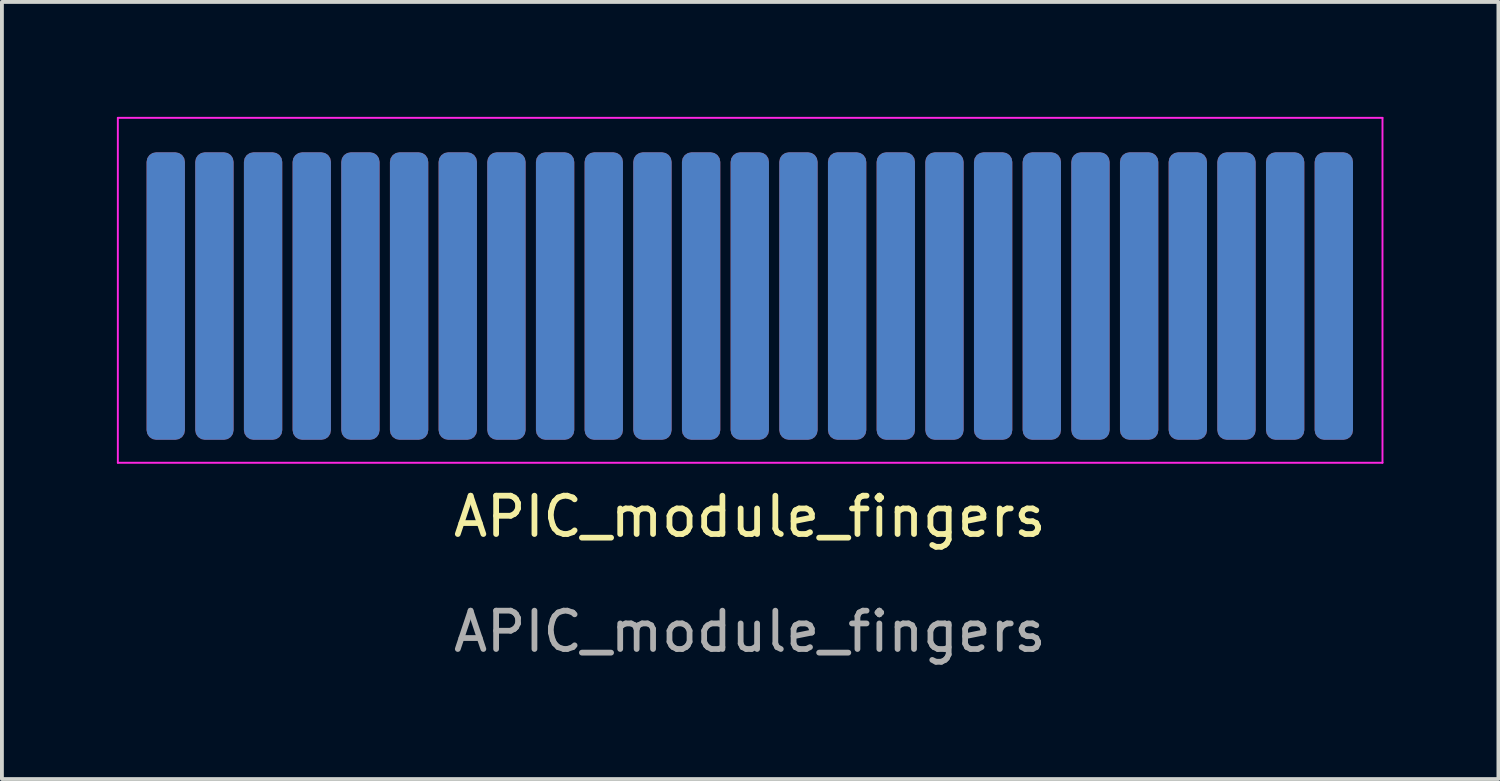
<source format=kicad_pcb>
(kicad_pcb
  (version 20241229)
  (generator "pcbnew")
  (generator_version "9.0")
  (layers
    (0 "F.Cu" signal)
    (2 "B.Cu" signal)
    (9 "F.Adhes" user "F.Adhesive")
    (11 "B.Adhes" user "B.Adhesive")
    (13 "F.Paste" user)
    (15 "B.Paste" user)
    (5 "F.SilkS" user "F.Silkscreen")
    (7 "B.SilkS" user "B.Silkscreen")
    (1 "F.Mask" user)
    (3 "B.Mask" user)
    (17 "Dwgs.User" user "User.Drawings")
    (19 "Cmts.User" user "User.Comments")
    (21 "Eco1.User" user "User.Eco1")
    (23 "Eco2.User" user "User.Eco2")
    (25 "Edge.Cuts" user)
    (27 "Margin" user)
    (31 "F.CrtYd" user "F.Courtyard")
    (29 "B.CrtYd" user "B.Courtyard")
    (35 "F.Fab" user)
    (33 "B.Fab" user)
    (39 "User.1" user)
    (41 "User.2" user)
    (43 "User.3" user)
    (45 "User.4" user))
  (footprint "APIC_module_fingers"
    (layer "F.Cu")
    (at 16.515 10.93)
    (property "Reference" "APIC_module_fingers" (at 0 -0.5 0) (unlocked yes) (layer "F.SilkS") (effects (font (size 1 1) (thickness 0.15))))
    (attr smd)
    (fp_line (start -16.49 -10.905) (end -16.49 -1.905) (stroke (width 0.05) (type solid)) (layer "F.CrtYd"))
    (fp_line (start -16.49 -1.905) (end 16.51 -1.905) (stroke (width 0.05) (type solid)) (layer "F.CrtYd"))
    (fp_line (start 16.51 -10.905) (end -16.49 -10.905) (stroke (width 0.05) (type solid)) (layer "F.CrtYd"))
    (fp_line (start 16.51 -1.905) (end 16.51 -10.905) (stroke (width 0.05) (type solid)) (layer "F.CrtYd"))
    (fp_text user "${REFERENCE}" (at 0 2.5 0) (unlocked yes) (layer "F.Fab") (effects (font (size 1 1) (thickness 0.15))))
    (pad "1" smd roundrect (at -15.24 -6.255) (size 1 7.5) (layers "F.Cu" "F.Mask" "F.Paste") (roundrect_rratio 0.25))
    (pad "2" smd roundrect (at -13.97 -6.255) (size 1 7.5) (layers "F.Cu" "F.Mask" "F.Paste") (roundrect_rratio 0.25))
    (pad "3" smd roundrect (at -12.7 -6.255) (size 1 7.5) (layers "F.Cu" "F.Mask" "F.Paste") (roundrect_rratio 0.25))
    (pad "4" smd roundrect (at -11.43 -6.255) (size 1 7.5) (layers "F.Cu" "F.Mask" "F.Paste") (roundrect_rratio 0.25))
    (pad "5" smd roundrect (at -10.16 -6.255) (size 1 7.5) (layers "F.Cu" "F.Mask" "F.Paste") (roundrect_rratio 0.25))
    (pad "6" smd roundrect (at -8.89 -6.255) (size 1 7.5) (layers "F.Cu" "F.Mask" "F.Paste") (roundrect_rratio 0.25))
    (pad "7" smd roundrect (at -7.62 -6.255) (size 1 7.5) (layers "F.Cu" "F.Mask" "F.Paste") (roundrect_rratio 0.25))
    (pad "8" smd roundrect (at -6.35 -6.255) (size 1 7.5) (layers "F.Cu" "F.Mask" "F.Paste") (roundrect_rratio 0.25))
    (pad "9" smd roundrect (at -5.08 -6.255) (size 1 7.5) (layers "F.Cu" "F.Mask" "F.Paste") (roundrect_rratio 0.25))
    (pad "10" smd roundrect (at -3.81 -6.255) (size 1 7.5) (layers "F.Cu" "F.Mask" "F.Paste") (roundrect_rratio 0.25))
    (pad "11" smd roundrect (at -2.54 -6.255) (size 1 7.5) (layers "F.Cu" "F.Mask" "F.Paste") (roundrect_rratio 0.25))
    (pad "12" smd roundrect (at -1.27 -6.255) (size 1 7.5) (layers "F.Cu" "F.Mask" "F.Paste") (roundrect_rratio 0.25))
    (pad "13" smd roundrect (at 0 -6.255) (size 1 7.5) (layers "F.Cu" "F.Mask" "F.Paste") (roundrect_rratio 0.25))
    (pad "14" smd roundrect (at 1.27 -6.255) (size 1 7.5) (layers "F.Cu" "F.Mask" "F.Paste") (roundrect_rratio 0.25))
    (pad "15" smd roundrect (at 2.54 -6.255) (size 1 7.5) (layers "F.Cu" "F.Mask" "F.Paste") (roundrect_rratio 0.25))
    (pad "16" smd roundrect (at 3.81 -6.255) (size 1 7.5) (layers "F.Cu" "F.Mask" "F.Paste") (roundrect_rratio 0.25))
    (pad "17" smd roundrect (at 5.08 -6.255) (size 1 7.5) (layers "F.Cu" "F.Mask" "F.Paste") (roundrect_rratio 0.25))
    (pad "18" smd roundrect (at 6.35 -6.255) (size 1 7.5) (layers "F.Cu" "F.Mask" "F.Paste") (roundrect_rratio 0.25))
    (pad "19" smd roundrect (at 7.62 -6.255) (size 1 7.5) (layers "F.Cu" "F.Mask" "F.Paste") (roundrect_rratio 0.25))
    (pad "20" smd roundrect (at 8.89 -6.255) (size 1 7.5) (layers "F.Cu" "F.Mask" "F.Paste") (roundrect_rratio 0.25))
    (pad "21" smd roundrect (at 10.16 -6.255) (size 1 7.5) (layers "F.Cu" "F.Mask" "F.Paste") (roundrect_rratio 0.25))
    (pad "22" smd roundrect (at 11.43 -6.255) (size 1 7.5) (layers "F.Cu" "F.Mask" "F.Paste") (roundrect_rratio 0.25))
    (pad "23" smd roundrect (at 12.7 -6.255) (size 1 7.5) (layers "F.Cu" "F.Mask" "F.Paste") (roundrect_rratio 0.25))
    (pad "24" smd roundrect (at 13.97 -6.255) (size 1 7.5) (layers "F.Cu" "F.Mask" "F.Paste") (roundrect_rratio 0.25))
    (pad "25" smd roundrect (at 15.24 -6.255) (size 1 7.5) (layers "F.Cu" "F.Mask" "F.Paste") (roundrect_rratio 0.25))
    (pad "26" smd roundrect (at 15.24 -6.255) (size 1 7.5) (layers "B.Cu" "B.Mask" "B.Paste") (roundrect_rratio 0.25))
    (pad "27" smd roundrect (at 13.97 -6.255) (size 1 7.5) (layers "B.Cu" "B.Mask" "B.Paste") (roundrect_rratio 0.25))
    (pad "28" smd roundrect (at 12.7 -6.255) (size 1 7.5) (layers "B.Cu" "B.Mask" "B.Paste") (roundrect_rratio 0.25))
    (pad "29" smd roundrect (at 11.43 -6.255) (size 1 7.5) (layers "B.Cu" "B.Mask" "B.Paste") (roundrect_rratio 0.25))
    (pad "30" smd roundrect (at 10.16 -6.255) (size 1 7.5) (layers "B.Cu" "B.Mask" "B.Paste") (roundrect_rratio 0.25))
    (pad "31" smd roundrect (at 8.89 -6.255) (size 1 7.5) (layers "B.Cu" "B.Mask" "B.Paste") (roundrect_rratio 0.25))
    (pad "32" smd roundrect (at 7.62 -6.255) (size 1 7.5) (layers "B.Cu" "B.Mask" "B.Paste") (roundrect_rratio 0.25))
    (pad "33" smd roundrect (at 6.35 -6.255) (size 1 7.5) (layers "B.Cu" "B.Mask" "B.Paste") (roundrect_rratio 0.25))
    (pad "34" smd roundrect (at 5.08 -6.255) (size 1 7.5) (layers "B.Cu" "B.Mask" "B.Paste") (roundrect_rratio 0.25))
    (pad "35" smd roundrect (at 3.81 -6.255) (size 1 7.5) (layers "B.Cu" "B.Mask" "B.Paste") (roundrect_rratio 0.25))
    (pad "36" smd roundrect (at 2.54 -6.255) (size 1 7.5) (layers "B.Cu" "B.Mask" "B.Paste") (roundrect_rratio 0.25))
    (pad "37" smd roundrect (at 1.27 -6.255) (size 1 7.5) (layers "B.Cu" "B.Mask" "B.Paste") (roundrect_rratio 0.25))
    (pad "38" smd roundrect (at 0 -6.255) (size 1 7.5) (layers "B.Cu" "B.Mask" "B.Paste") (roundrect_rratio 0.25))
    (pad "39" smd roundrect (at -1.27 -6.255) (size 1 7.5) (layers "B.Cu" "B.Mask" "B.Paste") (roundrect_rratio 0.25))
    (pad "40" smd roundrect (at -2.54 -6.255) (size 1 7.5) (layers "B.Cu" "B.Mask" "B.Paste") (roundrect_rratio 0.25))
    (pad "41" smd roundrect (at -3.81 -6.255) (size 1 7.5) (layers "B.Cu" "B.Mask" "B.Paste") (roundrect_rratio 0.25))
    (pad "42" smd roundrect (at -5.08 -6.255) (size 1 7.5) (layers "B.Cu" "B.Mask" "B.Paste") (roundrect_rratio 0.25))
    (pad "43" smd roundrect (at -6.35 -6.255) (size 1 7.5) (layers "B.Cu" "B.Mask" "B.Paste") (roundrect_rratio 0.25))
    (pad "44" smd roundrect (at -7.62 -6.255) (size 1 7.5) (layers "B.Cu" "B.Mask" "B.Paste") (roundrect_rratio 0.25))
    (pad "45" smd roundrect (at -8.89 -6.255) (size 1 7.5) (layers "B.Cu" "B.Mask" "B.Paste") (roundrect_rratio 0.25))
    (pad "46" smd roundrect (at -10.16 -6.255) (size 1 7.5) (layers "B.Cu" "B.Mask" "B.Paste") (roundrect_rratio 0.25))
    (pad "47" smd roundrect (at -11.43 -6.255) (size 1 7.5) (layers "B.Cu" "B.Mask" "B.Paste") (roundrect_rratio 0.25))
    (pad "48" smd roundrect (at -12.7 -6.255) (size 1 7.5) (layers "B.Cu" "B.Mask" "B.Paste") (roundrect_rratio 0.25))
    (pad "49" smd roundrect (at -13.97 -6.255) (size 1 7.5) (layers "B.Cu" "B.Mask" "B.Paste") (roundrect_rratio 0.25))
    (pad "50" smd roundrect (at -15.24 -6.255) (size 1 7.5) (layers "B.Cu" "B.Mask" "B.Paste") (roundrect_rratio 0.25)))
  (gr_rect
    (start -3 -3)
    (end 36.05 17.278)
    (stroke (width 0.1) (type default))
    (fill no)
    (layer "Edge.Cuts")))
</source>
